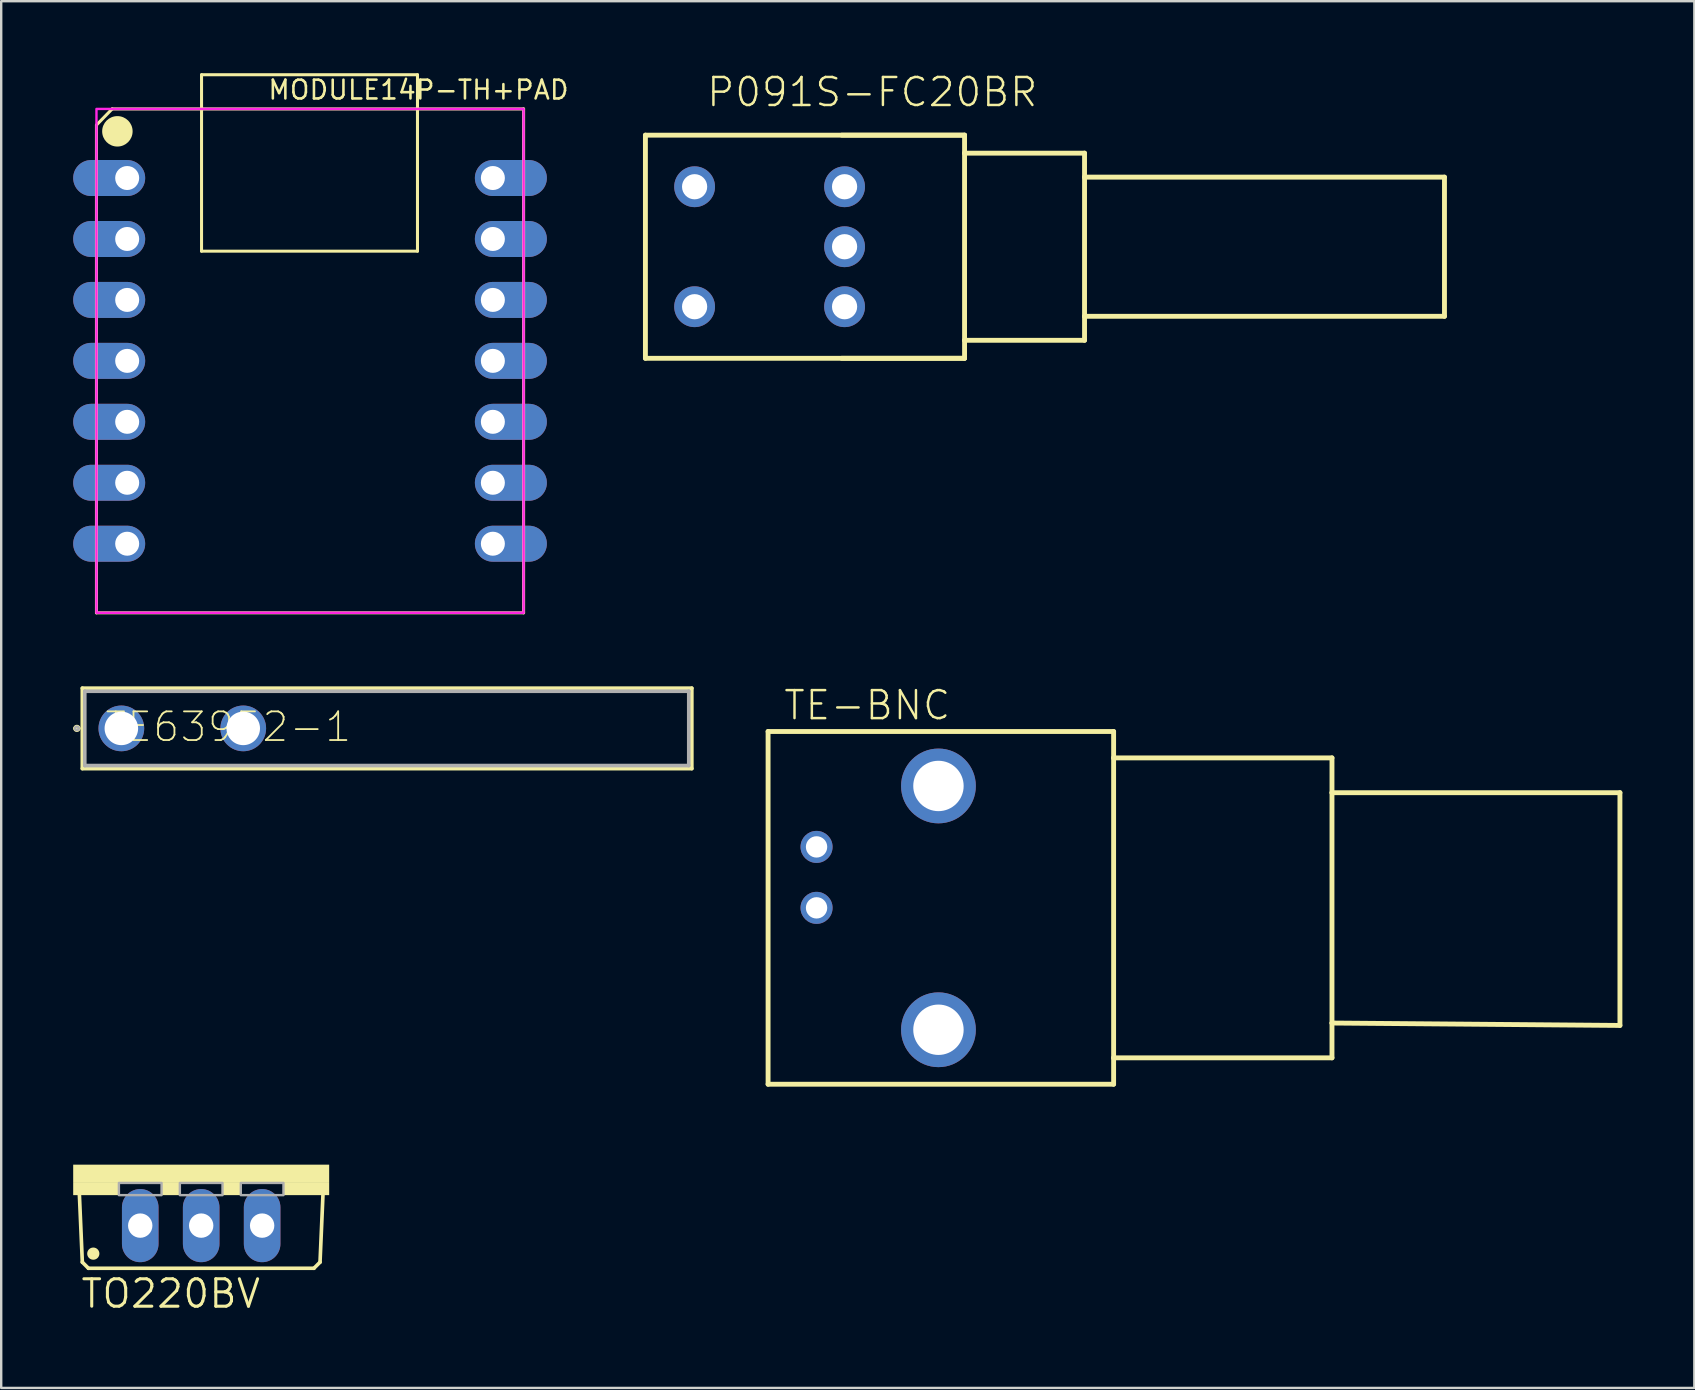
<source format=kicad_pcb>
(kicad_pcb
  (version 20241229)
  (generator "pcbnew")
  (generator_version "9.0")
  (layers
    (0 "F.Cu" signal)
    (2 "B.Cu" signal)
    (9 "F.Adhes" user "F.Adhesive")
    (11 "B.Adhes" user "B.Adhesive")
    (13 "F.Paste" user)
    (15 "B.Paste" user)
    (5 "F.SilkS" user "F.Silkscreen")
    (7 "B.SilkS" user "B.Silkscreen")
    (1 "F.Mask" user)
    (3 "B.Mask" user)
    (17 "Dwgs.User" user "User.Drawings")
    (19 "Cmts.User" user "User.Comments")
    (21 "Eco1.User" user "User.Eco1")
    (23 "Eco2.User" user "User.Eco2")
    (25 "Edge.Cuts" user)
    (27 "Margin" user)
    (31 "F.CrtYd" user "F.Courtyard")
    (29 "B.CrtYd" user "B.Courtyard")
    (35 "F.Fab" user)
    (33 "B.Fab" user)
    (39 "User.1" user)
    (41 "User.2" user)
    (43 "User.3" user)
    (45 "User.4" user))
  (footprint "TE-BNC"
    (layer "F.Cu")
    (at 43.359 34.784)
    (property "Reference" "TE-BNC" (at -13.811 -7.759 0) (layer "F.SilkS") (effects (font (size 1.168 1.168) (thickness 0.102)) (justify left bottom)))
    (fp_line (start -14.4 -7.35) (end 0 -7.35) (stroke (width 0.203) (type solid)) (layer "F.SilkS"))
    (fp_line (start -14.4 7.35) (end -14.4 -7.35) (stroke (width 0.203) (type solid)) (layer "F.SilkS"))
    (fp_line (start 0 -7.35) (end 0 -6.25) (stroke (width 0.203) (type solid)) (layer "F.SilkS"))
    (fp_line (start 0 -6.25) (end 0 6.25) (stroke (width 0.203) (type solid)) (layer "F.SilkS"))
    (fp_line (start 0 -6.25) (end 9.1 -6.25) (stroke (width 0.203) (type solid)) (layer "F.SilkS"))
    (fp_line (start 0 6.25) (end 0 7.35) (stroke (width 0.203) (type solid)) (layer "F.SilkS"))
    (fp_line (start 0 7.35) (end -14.4 7.35) (stroke (width 0.203) (type solid)) (layer "F.SilkS"))
    (fp_line (start 9.1 -6.25) (end 9.1 -4.8) (stroke (width 0.203) (type solid)) (layer "F.SilkS"))
    (fp_line (start 9.1 -4.8) (end 9.1 4.8) (stroke (width 0.203) (type solid)) (layer "F.SilkS"))
    (fp_line (start 9.1 -4.8) (end 21.1 -4.8) (stroke (width 0.203) (type solid)) (layer "F.SilkS"))
    (fp_line (start 9.1 4.8) (end 9.1 6.25) (stroke (width 0.203) (type solid)) (layer "F.SilkS"))
    (fp_line (start 9.1 6.25) (end 0 6.25) (stroke (width 0.203) (type solid)) (layer "F.SilkS"))
    (fp_line (start 21.1 -4.8) (end 21.1 4.9) (stroke (width 0.203) (type solid)) (layer "F.SilkS"))
    (fp_line (start 21.1 4.9) (end 9.1 4.8) (stroke (width 0.203) (type solid)) (layer "F.SilkS"))
    (pad "P$1" thru_hole circle (at -7.3 -5.08) (size 3.116 3.116) (drill 2.1) (layers "*.Cu" "*.Mask"))
    (pad "P$2" thru_hole circle (at -7.3 5.08) (size 3.116 3.116) (drill 2.1) (layers "*.Cu" "*.Mask"))
    (pad "SHIELD" thru_hole circle (at -12.38 -2.54) (size 1.335 1.335) (drill 0.89) (layers "*.Cu" "*.Mask"))
    (pad "SIGNAL" thru_hole circle (at -12.38 0) (size 1.335 1.335) (drill 0.89) (layers "*.Cu" "*.Mask")))
  (footprint "P091S-FC20BR"
    (layer "F.Cu")
    (at 37.147 7.232)
    (property "Reference" "P091S-FC20BR" (at -10.811 -5.759 0) (layer "F.SilkS") (effects (font (size 1.168 1.168) (thickness 0.102)) (justify left bottom)))
    (fp_line (start -13.3 -4.65) (end 0 -4.65) (stroke (width 0.203) (type solid)) (layer "F.SilkS"))
    (fp_line (start -13.3 4.65) (end -13.3 -4.65) (stroke (width 0.203) (type solid)) (layer "F.SilkS"))
    (fp_line (start -5.12 -4.65) (end 0 -4.65) (stroke (width 0.203) (type solid)) (layer "F.SilkS"))
    (fp_line (start 0 -4.65) (end 0 -3.9) (stroke (width 0.203) (type solid)) (layer "F.SilkS"))
    (fp_line (start 0 -3.9) (end 0 3.9) (stroke (width 0.203) (type solid)) (layer "F.SilkS"))
    (fp_line (start 0 -3.9) (end 5 -3.9) (stroke (width 0.203) (type solid)) (layer "F.SilkS"))
    (fp_line (start 0 3.9) (end 0 4.65) (stroke (width 0.203) (type solid)) (layer "F.SilkS"))
    (fp_line (start 0 4.65) (end -13.3 4.65) (stroke (width 0.203) (type solid)) (layer "F.SilkS"))
    (fp_line (start 0 4.65) (end -5.12 4.65) (stroke (width 0.203) (type solid)) (layer "F.SilkS"))
    (fp_line (start 5 -3.9) (end 5 -2.9) (stroke (width 0.203) (type solid)) (layer "F.SilkS"))
    (fp_line (start 5 -2.9) (end 5 2.9) (stroke (width 0.203) (type solid)) (layer "F.SilkS"))
    (fp_line (start 5 -2.9) (end 20 -2.9) (stroke (width 0.203) (type solid)) (layer "F.SilkS"))
    (fp_line (start 5 2.9) (end 5 3.9) (stroke (width 0.203) (type solid)) (layer "F.SilkS"))
    (fp_line (start 5 3.9) (end 0 3.9) (stroke (width 0.203) (type solid)) (layer "F.SilkS"))
    (fp_line (start 20 -2.9) (end 20 2.9) (stroke (width 0.203) (type solid)) (layer "F.SilkS"))
    (fp_line (start 20 2.9) (end 5 2.9) (stroke (width 0.203) (type solid)) (layer "F.SilkS"))
    (pad "1" thru_hole circle (at -5 2.5) (size 1.7 1.7) (drill 1.05) (layers "*.Cu" "*.Mask"))
    (pad "2" thru_hole circle (at -5 0) (size 1.7 1.7) (drill 1.05) (layers "*.Cu" "*.Mask"))
    (pad "3" thru_hole circle (at -5 -2.5) (size 1.7 1.7) (drill 1.05) (layers "*.Cu" "*.Mask"))
    (pad "COM" thru_hole circle (at -11.25 2.5) (size 1.7 1.7) (drill 1.05) (layers "*.Cu" "*.Mask"))
    (pad "NO" thru_hole circle (at -11.25 -2.5) (size 1.7 1.7) (drill 1.05) (layers "*.Cu" "*.Mask")))
  (footprint "TO220BV"
    (layer "F.Cu")
    (at 5.334 45.486)
    (property "Reference" "TO220BV" (at -5.08 6.045 0) (layer "F.SilkS") (effects (font (size 1.143 1.143) (thickness 0.127)) (justify left bottom)))
    (fp_line (start -4.953 4.064) (end -5.08 1.143) (stroke (width 0.152) (type solid)) (layer "F.SilkS"))
    (fp_line (start -4.953 4.064) (end -4.699 4.318) (stroke (width 0.152) (type solid)) (layer "F.SilkS"))
    (fp_line (start 4.699 4.318) (end -4.699 4.318) (stroke (width 0.152) (type solid)) (layer "F.SilkS"))
    (fp_line (start 4.699 4.318) (end 4.953 4.064) (stroke (width 0.152) (type solid)) (layer "F.SilkS"))
    (fp_line (start 5.08 1.143) (end 4.953 4.064) (stroke (width 0.152) (type solid)) (layer "F.SilkS"))
    (fp_circle (center -4.496 3.708) (end -4.369 3.708) (stroke (width 0.254) (type solid)) (fill yes) (layer "F.SilkS"))
    (fp_poly (pts (xy -5.334 0.762) (xy 5.334 0.762) (xy 5.334 0) (xy -5.334 0)) (stroke (width 0) (type default)) (fill yes) (layer "F.SilkS"))
    (fp_poly (pts (xy -5.334 1.27) (xy -3.429 1.27) (xy -3.429 0.762) (xy -5.334 0.762)) (stroke (width 0) (type default)) (fill yes) (layer "F.SilkS"))
    (fp_poly (pts (xy -1.651 1.27) (xy -0.889 1.27) (xy -0.889 0.762) (xy -1.651 0.762)) (stroke (width 0) (type default)) (fill yes) (layer "F.SilkS"))
    (fp_poly (pts (xy 0.889 1.27) (xy 1.651 1.27) (xy 1.651 0.762) (xy 0.889 0.762)) (stroke (width 0) (type default)) (fill yes) (layer "F.SilkS"))
    (fp_poly (pts (xy 3.429 1.27) (xy 5.334 1.27) (xy 5.334 0.762) (xy 3.429 0.762)) (stroke (width 0) (type default)) (fill yes) (layer "F.SilkS"))
    (fp_poly (pts (xy -3.429 1.27) (xy -1.651 1.27) (xy -1.651 0.762) (xy -3.429 0.762)) (stroke (width 0.1) (type default)) (fill no) (layer "F.Fab"))
    (fp_poly (pts (xy -0.889 1.27) (xy 0.889 1.27) (xy 0.889 0.762) (xy -0.889 0.762)) (stroke (width 0.1) (type default)) (fill no) (layer "F.Fab"))
    (fp_poly (pts (xy 1.651 1.27) (xy 3.429 1.27) (xy 3.429 0.762) (xy 1.651 0.762)) (stroke (width 0.1) (type default)) (fill no) (layer "F.Fab"))
    (pad "D" thru_hole oval (at 0 2.54 90) (size 3.048 1.524) (drill 1.016) (layers "*.Cu" "*.Mask"))
    (pad "G" thru_hole oval (at -2.54 2.54 90) (size 3.048 1.524) (drill 1.016) (layers "*.Cu" "*.Mask"))
    (pad "S" thru_hole oval (at 2.54 2.54 90) (size 3.048 1.524) (drill 1.016) (layers "*.Cu" "*.Mask")))
  (footprint "TE63952-1"
    (layer "F.Cu")
    (at 4.547 27.305)
    (property "Reference" "TE63952-1" (at -3.277 0.635 0) (layer "F.SilkS") (effects (font (size 1.194 1.194) (thickness 0.076)) (justify left bottom)))
    (fp_line (start -4.166 -1.676) (end -4.166 1.676) (stroke (width 0.152) (type solid)) (layer "F.SilkS"))
    (fp_line (start -4.166 1.676) (end 21.234 1.676) (stroke (width 0.152) (type solid)) (layer "F.SilkS"))
    (fp_line (start 21.234 -1.676) (end -4.166 -1.676) (stroke (width 0.152) (type solid)) (layer "F.SilkS"))
    (fp_line (start 21.234 1.676) (end 21.234 -1.676) (stroke (width 0.152) (type solid)) (layer "F.SilkS"))
    (fp_arc (start -4.4704 0) (mid -4.3942 -0.0762) (end -4.318 0) (stroke (width 0.1524) (type solid)) (layer "F.SilkS"))
    (fp_arc (start -4.318 0) (mid -4.3942 0.0762) (end -4.4704 0) (stroke (width 0.1524) (type solid)) (layer "F.SilkS"))
    (fp_line (start -4.064 -1.549) (end -4.064 1.549) (stroke (width 0.152) (type solid)) (layer "F.Fab"))
    (fp_line (start -4.064 1.549) (end 21.107 1.549) (stroke (width 0.152) (type solid)) (layer "F.Fab"))
    (fp_line (start 21.107 -1.549) (end -4.064 -1.549) (stroke (width 0.152) (type solid)) (layer "F.Fab"))
    (fp_line (start 21.107 1.549) (end 21.107 -1.549) (stroke (width 0.152) (type solid)) (layer "F.Fab"))
    (fp_arc (start -4.4704 0) (mid -4.3942 -0.0762) (end -4.318 0) (stroke (width 0.1) (type solid)) (layer "F.Fab"))
    (fp_arc (start -4.318 0) (mid -4.3942 0.0762) (end -4.4704 0) (stroke (width 0.1) (type solid)) (layer "F.Fab"))
    (pad "1" thru_hole circle (at -2.54 0) (size 1.905 1.905) (drill 1.397) (layers "*.Cu" "*.Mask"))
    (pad "2" thru_hole circle (at 2.54 0 180) (size 1.905 1.905) (drill 1.397) (layers "*.Cu" "*.Mask")))
  (footprint "MODULE14P-TH+PAD"
    (layer "F.Cu")
    (at 9.87 11.989)
    (property "Reference" "MODULE14P-TH+PAD" (at -1.806 -10.836 0) (layer "F.SilkS") (effects (font (size 0.782 0.782) (thickness 0.107)) (justify left bottom)))
    (fp_line (start -8.9 -9.828) (end -8.9 10.5) (stroke (width 0.127) (type solid)) (layer "F.SilkS"))
    (fp_line (start -8.9 10.5) (end 8.9 10.5) (stroke (width 0.127) (type solid)) (layer "F.SilkS"))
    (fp_line (start -8.246 -10.5) (end -8.9 -9.828) (stroke (width 0.127) (type solid)) (layer "F.SilkS"))
    (fp_line (start -4.521 -4.572) (end -4.521 -11.925) (stroke (width 0.127) (type solid)) (layer "F.SilkS"))
    (fp_line (start -4.518 -11.924) (end 4.478 -11.924) (stroke (width 0.127) (type solid)) (layer "F.SilkS"))
    (fp_line (start 4.478 -11.924) (end 4.478 -4.572) (stroke (width 0.127) (type solid)) (layer "F.SilkS"))
    (fp_line (start 4.478 -4.572) (end -4.521 -4.572) (stroke (width 0.127) (type solid)) (layer "F.SilkS"))
    (fp_line (start 8.9 -10.5) (end -8.246 -10.5) (stroke (width 0.127) (type solid)) (layer "F.SilkS"))
    (fp_line (start 8.9 10.5) (end 8.9 -10.5) (stroke (width 0.127) (type solid)) (layer "F.SilkS"))
    (fp_circle (center -8.028 -9.566) (end -7.711 -9.566) (stroke (width 0.635) (type solid)) (fill yes) (layer "F.SilkS"))
    (fp_poly (pts (xy -8.9 10.5) (xy 8.9 10.5) (xy 8.9 -10.5) (xy -8.9 -10.5)) (stroke (width 0.1) (type default)) (fill no) (layer "F.CrtYd"))
    (pad "P$1" thru_hole oval (at -7.62 -7.62 180) (size 3 1.5) (drill 1 (offset 0.75 0)) (layers "*.Cu" "*.Mask"))
    (pad "P$2" thru_hole oval (at -7.62 -5.08 180) (size 3 1.5) (drill 1 (offset 0.75 0)) (layers "*.Cu" "*.Mask"))
    (pad "P$3" thru_hole oval (at -7.62 -2.54 180) (size 3 1.5) (drill 1 (offset 0.75 0)) (layers "*.Cu" "*.Mask"))
    (pad "P$4" thru_hole oval (at -7.62 0 180) (size 3 1.5) (drill 1 (offset 0.75 0)) (layers "*.Cu" "*.Mask"))
    (pad "P$5" thru_hole oval (at -7.62 2.54 180) (size 3 1.5) (drill 1 (offset 0.75 0)) (layers "*.Cu" "*.Mask"))
    (pad "P$6" thru_hole oval (at -7.62 5.08 180) (size 3 1.5) (drill 1 (offset 0.75 0)) (layers "*.Cu" "*.Mask"))
    (pad "P$7" thru_hole oval (at -7.62 7.62 180) (size 3 1.5) (drill 1 (offset 0.75 0)) (layers "*.Cu" "*.Mask"))
    (pad "P$8" thru_hole oval (at 7.62 7.62) (size 3 1.5) (drill 1 (offset 0.75 0)) (layers "*.Cu" "*.Mask"))
    (pad "P$9" thru_hole oval (at 7.62 5.08) (size 3 1.5) (drill 1 (offset 0.75 0)) (layers "*.Cu" "*.Mask"))
    (pad "P$10" thru_hole oval (at 7.62 2.54) (size 3 1.5) (drill 1 (offset 0.75 0)) (layers "*.Cu" "*.Mask"))
    (pad "P$11" thru_hole oval (at 7.62 0) (size 3 1.5) (drill 1 (offset 0.75 0)) (layers "*.Cu" "*.Mask"))
    (pad "P$12" thru_hole oval (at 7.62 -2.54) (size 3 1.5) (drill 1 (offset 0.75 0)) (layers "*.Cu" "*.Mask"))
    (pad "P$13" thru_hole oval (at 7.62 -5.08) (size 3 1.5) (drill 1 (offset 0.75 0)) (layers "*.Cu" "*.Mask"))
    (pad "P$14" thru_hole oval (at 7.62 -7.62) (size 3 1.5) (drill 1 (offset 0.75 0)) (layers "*.Cu" "*.Mask"))
    (zone (net_name "") (layer "F.Cu") (hatch edge 0.5) (connect_pads) (min_thickness 0.25) (filled_areas_thickness no) (keepout (tracks not_allowed) (vias not_allowed) (pads not_allowed) (copperpour not_allowed) (footprints allowed)) (placement (enabled no)) (fill) (polygon (pts (xy 4.636 4.074) (xy 6.413 4.074) (xy 6.413 1.407) (xy 4.636 1.407))))
    (zone (net_name "") (layer "F.Cu") (hatch edge 0.5) (connect_pads) (min_thickness 0.25) (filled_areas_thickness no) (keepout (tracks not_allowed) (vias not_allowed) (pads not_allowed) (copperpour not_allowed) (footprints allowed)) (placement (enabled no)) (fill) (polygon (pts (xy 4.636 8.137) (xy 6.413 8.137) (xy 6.413 5.471) (xy 4.636 5.471))))
    (zone (net_name "") (layer "F.Cu") (hatch edge 0.5) (connect_pads) (min_thickness 0.25) (filled_areas_thickness no) (keepout (tracks not_allowed) (vias not_allowed) (pads not_allowed) (copperpour not_allowed) (footprints allowed)) (placement (enabled no)) (fill) (polygon (pts (xy 7.303 4.708) (xy 12.383 4.708) (xy 12.383 2.168) (xy 7.303 2.168))))
    (zone (net_name "") (layer "F.Cu") (hatch edge 0.5) (connect_pads) (min_thickness 0.25) (filled_areas_thickness no) (keepout (tracks not_allowed) (vias not_allowed) (pads not_allowed) (copperpour not_allowed) (footprints allowed)) (placement (enabled no)) (fill) (polygon (pts (xy 7.303 21.854) (xy 13.018 21.854) (xy 13.018 19.314) (xy 7.303 19.314))))
    (zone (net_name "") (layer "F.Cu") (hatch edge 0.5) (connect_pads) (min_thickness 0.25) (filled_areas_thickness no) (keepout (tracks not_allowed) (vias not_allowed) (pads not_allowed) (copperpour not_allowed) (footprints allowed)) (placement (enabled no)) (fill) (polygon (pts (xy 13.271 4.074) (xy 15.05 4.074) (xy 15.05 1.407) (xy 13.271 1.407))))
    (zone (net_name "") (layer "F.Cu") (hatch edge 0.5) (connect_pads) (min_thickness 0.25) (filled_areas_thickness no) (keepout (tracks not_allowed) (vias not_allowed) (pads not_allowed) (copperpour not_allowed) (footprints allowed)) (placement (enabled no)) (fill) (polygon (pts (xy 13.271 8.137) (xy 15.05 8.137) (xy 15.05 5.471) (xy 13.271 5.471)))))
  (gr_rect
    (start -3 -3)
    (end 67.56 54.79)
    (stroke (width 0.1) (type default))
    (fill no)
    (layer "Edge.Cuts")))
</source>
